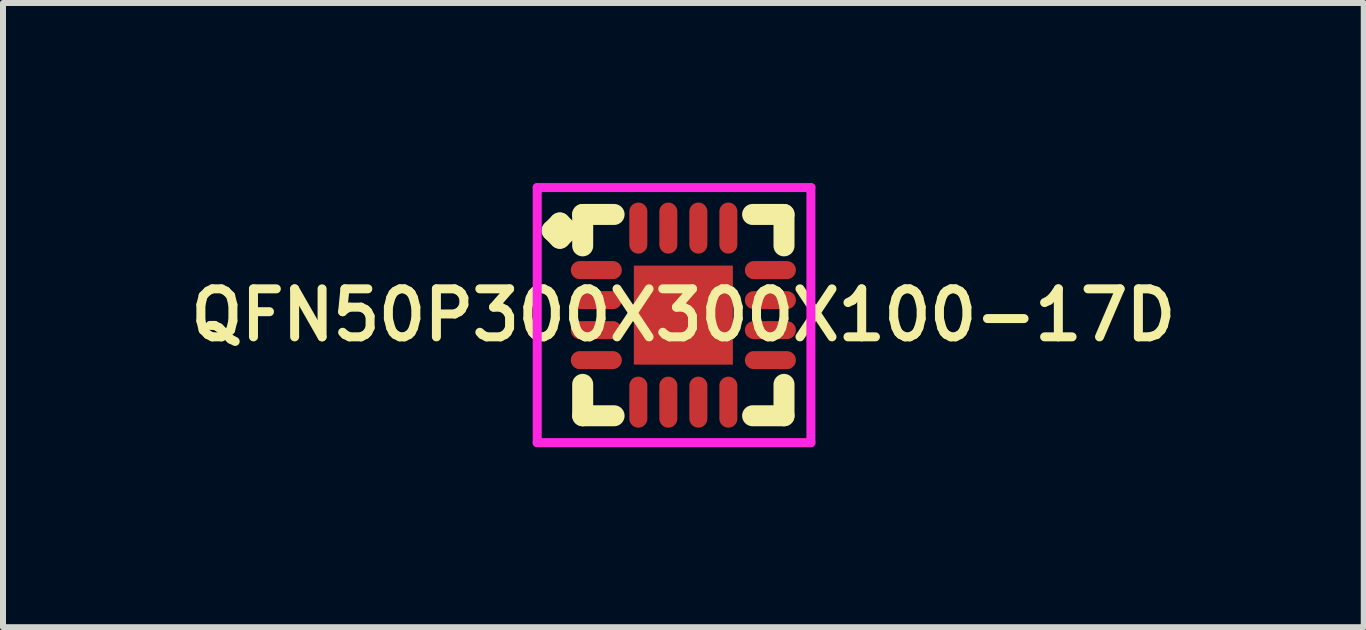
<source format=kicad_pcb>
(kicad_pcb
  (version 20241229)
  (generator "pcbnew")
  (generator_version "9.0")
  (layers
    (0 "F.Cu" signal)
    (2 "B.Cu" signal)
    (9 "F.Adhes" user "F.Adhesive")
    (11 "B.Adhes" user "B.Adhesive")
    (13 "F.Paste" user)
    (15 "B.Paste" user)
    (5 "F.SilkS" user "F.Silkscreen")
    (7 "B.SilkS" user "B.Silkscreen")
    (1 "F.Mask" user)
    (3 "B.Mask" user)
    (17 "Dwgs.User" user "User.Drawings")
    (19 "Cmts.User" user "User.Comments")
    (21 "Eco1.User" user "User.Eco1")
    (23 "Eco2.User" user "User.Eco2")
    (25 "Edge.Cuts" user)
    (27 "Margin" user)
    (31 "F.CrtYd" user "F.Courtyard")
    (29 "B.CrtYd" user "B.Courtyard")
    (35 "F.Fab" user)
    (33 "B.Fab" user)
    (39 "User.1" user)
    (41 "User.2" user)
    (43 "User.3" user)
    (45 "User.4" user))
  (footprint "QFN50P300X300X100-17D"
    (layer "F.Cu")
    (at 8.335 2.2)
    (property "Reference" "QFN50P300X300X100-17D" (at 0 0 0) (layer "F.SilkS") (effects (font (size 0.8 0.8) (thickness 0.15))))
    (attr smd)
    (fp_line (start -2.185 -1.408) (end -2.058 -1.535) (stroke (width 0.35) (type solid)) (layer "F.SilkS"))
    (fp_line (start -2.058 -1.535) (end -1.931 -1.408) (stroke (width 0.35) (type solid)) (layer "F.SilkS"))
    (fp_line (start -2.058 -1.281) (end -2.185 -1.408) (stroke (width 0.35) (type solid)) (layer "F.SilkS"))
    (fp_line (start -1.931 -1.408) (end -2.058 -1.281) (stroke (width 0.35) (type solid)) (layer "F.SilkS"))
    (fp_line (start -1.677 -1.677) (end -1.154 -1.677) (stroke (width 0.35) (type solid)) (layer "F.SilkS"))
    (fp_line (start -1.677 -1.154) (end -1.677 -1.677) (stroke (width 0.35) (type solid)) (layer "F.SilkS"))
    (fp_line (start -1.677 1.154) (end -1.677 1.677) (stroke (width 0.35) (type solid)) (layer "F.SilkS"))
    (fp_line (start -1.677 1.677) (end -1.154 1.677) (stroke (width 0.35) (type solid)) (layer "F.SilkS"))
    (fp_line (start 1.154 -1.677) (end 1.677 -1.677) (stroke (width 0.35) (type solid)) (layer "F.SilkS"))
    (fp_line (start 1.154 1.677) (end 1.677 1.677) (stroke (width 0.35) (type solid)) (layer "F.SilkS"))
    (fp_line (start 1.677 -1.677) (end 1.677 -1.154) (stroke (width 0.35) (type solid)) (layer "F.SilkS"))
    (fp_line (start 1.677 1.677) (end 1.677 1.154) (stroke (width 0.35) (type solid)) (layer "F.SilkS"))
    (fp_line (start -2.435 -2.125) (end 2.125 -2.125) (stroke (width 0.15) (type solid)) (layer "F.CrtYd"))
    (fp_line (start -2.435 2.125) (end -2.435 -2.125) (stroke (width 0.15) (type solid)) (layer "F.CrtYd"))
    (fp_line (start 2.125 -2.125) (end 2.125 2.125) (stroke (width 0.15) (type solid)) (layer "F.CrtYd"))
    (fp_line (start 2.125 2.125) (end -2.435 2.125) (stroke (width 0.15) (type solid)) (layer "F.CrtYd"))
    (pad "1" smd oval (at -1.45 -0.75) (size 0.85 0.3) (layers "F.Cu" "F.Mask" "F.Paste"))
    (pad "2" smd oval (at -1.45 -0.25) (size 0.85 0.3) (layers "F.Cu" "F.Mask" "F.Paste"))
    (pad "3" smd oval (at -1.45 0.25) (size 0.85 0.3) (layers "F.Cu" "F.Mask" "F.Paste"))
    (pad "4" smd oval (at -1.45 0.75) (size 0.85 0.3) (layers "F.Cu" "F.Mask" "F.Paste"))
    (pad "5" smd oval (at -0.75 1.45) (size 0.3 0.85) (layers "F.Cu" "F.Mask" "F.Paste"))
    (pad "6" smd oval (at -0.25 1.45) (size 0.3 0.85) (layers "F.Cu" "F.Mask" "F.Paste"))
    (pad "7" smd oval (at 0.25 1.45) (size 0.3 0.85) (layers "F.Cu" "F.Mask" "F.Paste"))
    (pad "8" smd oval (at 0.75 1.45) (size 0.3 0.85) (layers "F.Cu" "F.Mask" "F.Paste"))
    (pad "9" smd oval (at 1.45 0.75) (size 0.85 0.3) (layers "F.Cu" "F.Mask" "F.Paste"))
    (pad "10" smd oval (at 1.45 0.25) (size 0.85 0.3) (layers "F.Cu" "F.Mask" "F.Paste"))
    (pad "11" smd oval (at 1.45 -0.25) (size 0.85 0.3) (layers "F.Cu" "F.Mask" "F.Paste"))
    (pad "12" smd oval (at 1.45 -0.75) (size 0.85 0.3) (layers "F.Cu" "F.Mask" "F.Paste"))
    (pad "13" smd oval (at 0.75 -1.45) (size 0.3 0.85) (layers "F.Cu" "F.Mask" "F.Paste"))
    (pad "14" smd oval (at 0.25 -1.45) (size 0.3 0.85) (layers "F.Cu" "F.Mask" "F.Paste"))
    (pad "15" smd oval (at -0.25 -1.45) (size 0.3 0.85) (layers "F.Cu" "F.Mask" "F.Paste"))
    (pad "16" smd oval (at -0.75 -1.45) (size 0.3 0.85) (layers "F.Cu" "F.Mask" "F.Paste"))
    (pad "17" smd rect (at 0 0) (size 1.65 1.65) (layers "F.Cu" "F.Mask" "F.Paste")))
  (gr_rect
    (start -3 -3)
    (end 19.671 7.4)
    (stroke (width 0.1) (type default))
    (fill no)
    (layer "Edge.Cuts")))
</source>
